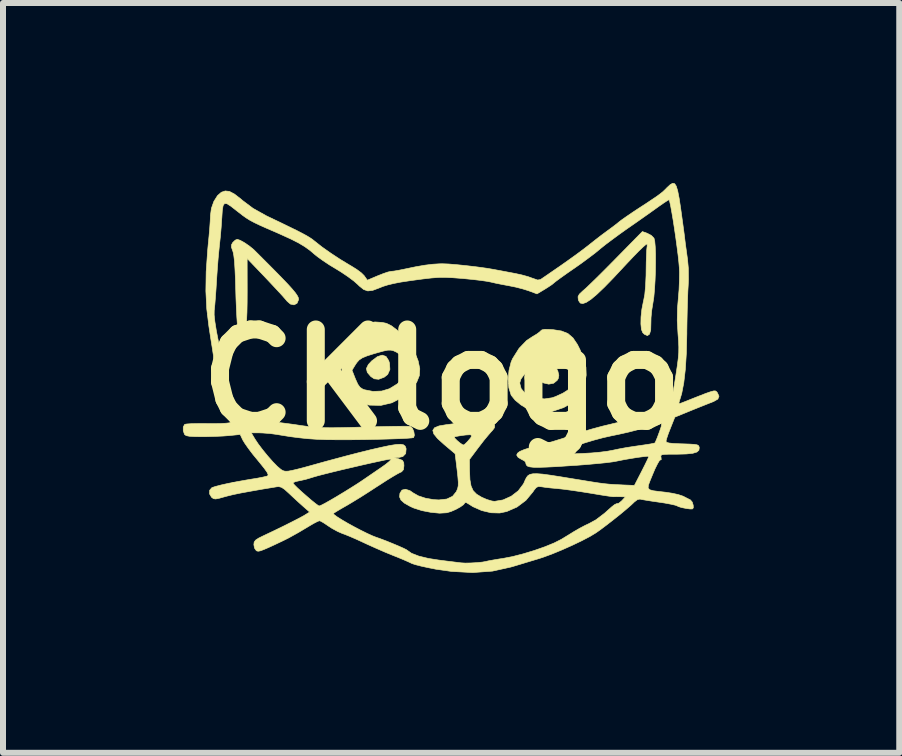
<source format=kicad_pcb>
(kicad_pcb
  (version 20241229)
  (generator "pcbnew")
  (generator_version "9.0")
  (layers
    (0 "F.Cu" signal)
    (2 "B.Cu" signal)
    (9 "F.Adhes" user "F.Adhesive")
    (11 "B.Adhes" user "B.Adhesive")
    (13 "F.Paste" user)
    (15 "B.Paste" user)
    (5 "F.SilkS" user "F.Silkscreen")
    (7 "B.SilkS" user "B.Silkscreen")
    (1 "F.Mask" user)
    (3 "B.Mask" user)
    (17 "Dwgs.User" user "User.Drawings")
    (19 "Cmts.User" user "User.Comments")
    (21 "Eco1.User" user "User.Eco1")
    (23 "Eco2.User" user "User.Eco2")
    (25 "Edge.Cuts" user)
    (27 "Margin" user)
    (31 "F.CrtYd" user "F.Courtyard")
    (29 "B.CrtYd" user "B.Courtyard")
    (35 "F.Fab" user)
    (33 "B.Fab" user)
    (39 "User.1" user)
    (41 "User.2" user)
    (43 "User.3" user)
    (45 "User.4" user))
  (footprint "CKlogo"
    (layer "F.Cu")
    (at 4.319 3.277)
    (property "Reference" "CKlogo" (at 0 0 0) (layer "F.SilkS") (effects (font (size 1.524 1.524) (thickness 0.3))))
    (attr through_hole)
    (fp_poly (pts (xy -0.934 -0.385) (xy -0.889 -0.315) (xy -0.876 -0.273) (xy -0.869 -0.168) (xy -0.906 -0.085) (xy -0.964 -0.039) (xy -1.056 -0.004) (xy -1.13 -0.012) (xy -1.187 -0.05) (xy -1.246 -0.119) (xy -1.261 -0.183) (xy -1.229 -0.249) (xy -1.173 -0.31) (xy -1.077 -0.382) (xy -0.997 -0.407) (xy -0.934 -0.385)) (stroke (width 0.01) (type solid)) (fill yes) (layer "F.SilkS"))
    (fp_poly (pts (xy 1.832 -0.261) (xy 1.894 -0.215) (xy 1.931 -0.139) (xy 1.947 -0.07) (xy 1.938 -0.018) (xy 1.919 0.014) (xy 1.86 0.062) (xy 1.779 0.077) (xy 1.692 0.057) (xy 1.657 0.037) (xy 1.607 -0.024) (xy 1.597 -0.097) (xy 1.622 -0.17) (xy 1.68 -0.231) (xy 1.75 -0.262) (xy 1.832 -0.261)) (stroke (width 0.01) (type solid)) (fill yes) (layer "F.SilkS"))
    (fp_poly (pts (xy -3.365 -2.321) (xy -3.293 -2.281) (xy -3.213 -2.226) (xy -3.139 -2.166) (xy -3.124 -2.151) (xy -2.938 -1.965) (xy -2.786 -1.812) (xy -2.664 -1.687) (xy -2.568 -1.587) (xy -2.497 -1.508) (xy -2.447 -1.448) (xy -2.415 -1.402) (xy -2.397 -1.367) (xy -2.392 -1.341) (xy -2.392 -1.33) (xy -2.418 -1.27) (xy -2.468 -1.245) (xy -2.528 -1.258) (xy -2.582 -1.305) (xy -2.615 -1.344) (xy -2.676 -1.413) (xy -2.759 -1.502) (xy -2.856 -1.606) (xy -2.939 -1.694) (xy -3.249 -2.018) (xy -3.248 -1.472) (xy -3.249 -1.285) (xy -3.252 -1.123) (xy -3.258 -0.993) (xy -3.265 -0.902) (xy -3.274 -0.857) (xy -3.311 -0.801) (xy -3.357 -0.79) (xy -3.397 -0.819) (xy -3.405 -0.853) (xy -3.413 -0.93) (xy -3.421 -1.043) (xy -3.428 -1.185) (xy -3.435 -1.349) (xy -3.438 -1.453) (xy -3.444 -1.671) (xy -3.452 -1.842) (xy -3.46 -1.972) (xy -3.471 -2.065) (xy -3.483 -2.126) (xy -3.489 -2.143) (xy -3.511 -2.206) (xy -3.509 -2.248) (xy -3.489 -2.284) (xy -3.447 -2.324) (xy -3.414 -2.337) (xy -3.365 -2.321)) (stroke (width 0.01) (type solid)) (fill yes) (layer "F.SilkS"))
    (fp_poly (pts (xy 3.423 -2.437) (xy 3.489 -2.402) (xy 3.533 -2.357) (xy 3.534 -2.355) (xy 3.546 -2.305) (xy 3.554 -2.215) (xy 3.559 -2.094) (xy 3.559 -1.952) (xy 3.557 -1.799) (xy 3.551 -1.646) (xy 3.542 -1.501) (xy 3.531 -1.375) (xy 3.516 -1.279) (xy 3.515 -1.273) (xy 3.496 -1.156) (xy 3.484 -1.033) (xy 3.482 -0.941) (xy 3.479 -0.827) (xy 3.459 -0.757) (xy 3.424 -0.732) (xy 3.374 -0.754) (xy 3.346 -0.781) (xy 3.324 -0.835) (xy 3.315 -0.926) (xy 3.317 -1.042) (xy 3.331 -1.17) (xy 3.356 -1.298) (xy 3.361 -1.319) (xy 3.38 -1.419) (xy 3.393 -1.561) (xy 3.401 -1.737) (xy 3.402 -1.825) (xy 3.404 -1.958) (xy 3.408 -2.072) (xy 3.412 -2.158) (xy 3.417 -2.207) (xy 3.419 -2.214) (xy 3.42 -2.253) (xy 3.417 -2.26) (xy 3.396 -2.249) (xy 3.347 -2.206) (xy 3.273 -2.135) (xy 3.182 -2.041) (xy 3.077 -1.93) (xy 3.035 -1.885) (xy 2.855 -1.692) (xy 2.705 -1.538) (xy 2.581 -1.42) (xy 2.481 -1.336) (xy 2.404 -1.286) (xy 2.346 -1.266) (xy 2.304 -1.275) (xy 2.278 -1.313) (xy 2.271 -1.336) (xy 2.267 -1.381) (xy 2.289 -1.423) (xy 2.344 -1.475) (xy 2.352 -1.482) (xy 2.398 -1.522) (xy 2.472 -1.593) (xy 2.57 -1.688) (xy 2.684 -1.801) (xy 2.808 -1.926) (xy 2.895 -2.014) (xy 3.34 -2.467) (xy 3.423 -2.437)) (stroke (width 0.01) (type solid)) (fill yes) (layer "F.SilkS"))
    (fp_poly (pts (xy -0.998 -0.952) (xy -0.927 -0.937) (xy -0.847 -0.898) (xy -0.752 -0.827) (xy -0.654 -0.734) (xy -0.563 -0.63) (xy -0.49 -0.527) (xy -0.46 -0.469) (xy -0.398 -0.31) (xy -0.371 -0.179) (xy -0.378 -0.066) (xy -0.421 0.041) (xy -0.502 0.151) (xy -0.521 0.173) (xy -0.668 0.301) (xy -0.837 0.388) (xy -1.019 0.431) (xy -1.207 0.427) (xy -1.258 0.418) (xy -1.382 0.384) (xy -1.47 0.34) (xy -1.535 0.275) (xy -1.587 0.18) (xy -1.626 0.079) (xy -1.666 -0.092) (xy -1.669 -0.155) (xy -1.501 -0.155) (xy -1.443 -0.008) (xy -1.404 0.078) (xy -1.368 0.129) (xy -1.323 0.159) (xy -1.295 0.17) (xy -1.152 0.198) (xy -1.005 0.192) (xy -0.876 0.153) (xy -0.745 0.072) (xy -0.651 -0.023) (xy -0.598 -0.125) (xy -0.585 -0.228) (xy -0.615 -0.325) (xy -0.688 -0.41) (xy -0.759 -0.456) (xy -0.808 -0.479) (xy -0.852 -0.49) (xy -0.903 -0.49) (xy -0.972 -0.476) (xy -1.071 -0.449) (xy -1.137 -0.43) (xy -1.251 -0.394) (xy -1.328 -0.362) (xy -1.381 -0.327) (xy -1.421 -0.282) (xy -1.447 -0.243) (xy -1.501 -0.155) (xy -1.669 -0.155) (xy -1.673 -0.263) (xy -1.648 -0.424) (xy -1.593 -0.566) (xy -1.511 -0.681) (xy -1.435 -0.74) (xy -1.376 -0.788) (xy -1.338 -0.843) (xy -1.336 -0.851) (xy -1.297 -0.907) (xy -1.221 -0.944) (xy -1.118 -0.96) (xy -0.998 -0.952)) (stroke (width 0.01) (type solid)) (fill yes) (layer "F.SilkS"))
    (fp_poly (pts (xy 1.791 -0.835) (xy 1.853 -0.831) (xy 1.992 -0.809) (xy 2.098 -0.767) (xy 2.183 -0.694) (xy 2.257 -0.584) (xy 2.3 -0.498) (xy 2.365 -0.339) (xy 2.399 -0.202) (xy 2.403 -0.072) (xy 2.381 0.068) (xy 2.372 0.105) (xy 2.344 0.202) (xy 2.317 0.266) (xy 2.279 0.312) (xy 2.221 0.357) (xy 2.216 0.36) (xy 2.026 0.468) (xy 1.838 0.531) (xy 1.657 0.548) (xy 1.537 0.531) (xy 1.426 0.49) (xy 1.315 0.423) (xy 1.219 0.344) (xy 1.154 0.263) (xy 1.15 0.254) (xy 1.114 0.139) (xy 1.108 0.065) (xy 1.296 0.065) (xy 1.319 0.152) (xy 1.381 0.224) (xy 1.473 0.279) (xy 1.586 0.313) (xy 1.71 0.323) (xy 1.835 0.304) (xy 1.892 0.284) (xy 2.014 0.228) (xy 2.095 0.177) (xy 2.146 0.123) (xy 2.176 0.057) (xy 2.182 0.035) (xy 2.205 -0.067) (xy 2.207 -0.137) (xy 2.181 -0.187) (xy 2.121 -0.23) (xy 2.031 -0.276) (xy 1.901 -0.329) (xy 1.794 -0.347) (xy 1.696 -0.328) (xy 1.595 -0.271) (xy 1.563 -0.247) (xy 1.444 -0.151) (xy 1.363 -0.074) (xy 1.316 -0.009) (xy 1.297 0.05) (xy 1.296 0.065) (xy 1.108 0.065) (xy 1.103 -0.003) (xy 1.116 -0.151) (xy 1.151 -0.29) (xy 1.176 -0.348) (xy 1.285 -0.521) (xy 1.409 -0.65) (xy 1.509 -0.716) (xy 1.578 -0.757) (xy 1.63 -0.796) (xy 1.641 -0.808) (xy 1.666 -0.828) (xy 1.713 -0.837) (xy 1.791 -0.835)) (stroke (width 0.01) (type solid)) (fill yes) (layer "F.SilkS"))
    (fp_poly (pts (xy 3.878 -3.265) (xy 3.905 -3.223) (xy 3.929 -3.143) (xy 3.953 -3.02) (xy 3.978 -2.855) (xy 3.998 -2.71) (xy 4.017 -2.572) (xy 4.033 -2.454) (xy 4.044 -2.369) (xy 4.046 -2.349) (xy 4.057 -2.26) (xy 4.073 -2.144) (xy 4.089 -2.027) (xy 4.091 -2.019) (xy 4.106 -1.855) (xy 4.108 -1.672) (xy 4.104 -1.575) (xy 4.098 -1.475) (xy 4.093 -1.337) (xy 4.088 -1.172) (xy 4.084 -0.991) (xy 4.081 -0.807) (xy 4.081 -0.762) (xy 4.073 -0.442) (xy 4.056 -0.171) (xy 4.03 0.054) (xy 3.995 0.235) (xy 3.96 0.349) (xy 3.948 0.394) (xy 3.962 0.402) (xy 3.968 0.4) (xy 4.004 0.386) (xy 4.076 0.358) (xy 4.173 0.319) (xy 4.277 0.278) (xy 4.395 0.232) (xy 4.476 0.204) (xy 4.527 0.19) (xy 4.557 0.19) (xy 4.577 0.203) (xy 4.589 0.218) (xy 4.617 0.278) (xy 4.598 0.326) (xy 4.53 0.365) (xy 4.521 0.369) (xy 4.462 0.392) (xy 4.369 0.429) (xy 4.256 0.474) (xy 4.157 0.514) (xy 3.881 0.627) (xy 3.808 0.81) (xy 3.772 0.902) (xy 3.746 0.979) (xy 3.734 1.025) (xy 3.734 1.03) (xy 3.745 1.046) (xy 3.783 1.058) (xy 3.855 1.066) (xy 3.969 1.071) (xy 4.007 1.072) (xy 4.127 1.076) (xy 4.206 1.081) (xy 4.253 1.089) (xy 4.277 1.103) (xy 4.286 1.125) (xy 4.288 1.137) (xy 4.282 1.179) (xy 4.248 1.209) (xy 4.179 1.23) (xy 4.071 1.241) (xy 3.918 1.245) (xy 3.9 1.245) (xy 3.782 1.245) (xy 3.707 1.248) (xy 3.665 1.254) (xy 3.649 1.267) (xy 3.648 1.287) (xy 3.651 1.299) (xy 3.654 1.337) (xy 3.641 1.339) (xy 3.622 1.354) (xy 3.59 1.409) (xy 3.549 1.492) (xy 3.513 1.577) (xy 3.468 1.686) (xy 3.44 1.761) (xy 3.436 1.808) (xy 3.461 1.837) (xy 3.521 1.854) (xy 3.621 1.867) (xy 3.729 1.879) (xy 3.839 1.896) (xy 3.939 1.918) (xy 4.011 1.942) (xy 4.021 1.946) (xy 4.087 1.98) (xy 4.137 2.005) (xy 4.14 2.006) (xy 4.171 2.043) (xy 4.187 2.095) (xy 4.189 2.138) (xy 4.176 2.157) (xy 4.135 2.158) (xy 4.075 2.15) (xy 3.997 2.135) (xy 3.939 2.117) (xy 3.925 2.109) (xy 3.889 2.095) (xy 3.814 2.078) (xy 3.712 2.059) (xy 3.618 2.045) (xy 3.501 2.028) (xy 3.401 2.012) (xy 3.329 2) (xy 3.3 1.993) (xy 3.257 2.002) (xy 3.203 2.043) (xy 3.199 2.048) (xy 3.148 2.096) (xy 3.066 2.167) (xy 2.965 2.251) (xy 2.853 2.34) (xy 2.741 2.427) (xy 2.64 2.503) (xy 2.565 2.556) (xy 2.464 2.617) (xy 2.328 2.688) (xy 2.169 2.764) (xy 2.001 2.839) (xy 1.836 2.907) (xy 1.687 2.962) (xy 1.613 2.986) (xy 1.477 3.027) (xy 1.322 3.074) (xy 1.175 3.118) (xy 1.143 3.127) (xy 0.84 3.194) (xy 0.511 3.218) (xy 0.158 3.199) (xy -0.102 3.162) (xy -0.233 3.136) (xy -0.351 3.11) (xy -0.445 3.086) (xy -0.502 3.067) (xy -0.508 3.064) (xy -0.559 3.04) (xy -0.643 3.003) (xy -0.747 2.96) (xy -0.813 2.934) (xy -0.947 2.879) (xy -1.101 2.812) (xy -1.25 2.745) (xy -1.308 2.718) (xy -1.423 2.665) (xy -1.533 2.617) (xy -1.622 2.581) (xy -1.664 2.566) (xy -1.742 2.532) (xy -1.835 2.481) (xy -1.892 2.444) (xy -1.963 2.396) (xy -2.019 2.363) (xy -2.044 2.354) (xy -2.078 2.367) (xy -2.14 2.399) (xy -2.203 2.436) (xy -2.394 2.55) (xy -2.558 2.641) (xy -2.642 2.683) (xy -2.789 2.753) (xy -2.898 2.803) (xy -2.975 2.836) (xy -3.027 2.855) (xy -3.06 2.862) (xy -3.083 2.859) (xy -3.097 2.852) (xy -3.126 2.81) (xy -3.137 2.753) (xy -3.132 2.711) (xy -3.109 2.678) (xy -3.058 2.644) (xy -2.985 2.608) (xy -2.806 2.523) (xy -2.641 2.443) (xy -2.498 2.371) (xy -2.383 2.312) (xy -2.304 2.269) (xy -2.291 2.261) (xy -2.207 2.209) (xy -2.317 2.113) (xy -2.396 2.042) (xy -2.488 1.957) (xy -2.553 1.896) (xy -2.626 1.83) (xy -2.678 1.796) (xy -2.723 1.785) (xy -2.756 1.788) (xy -2.999 1.828) (xy -3.197 1.863) (xy -3.356 1.892) (xy -3.481 1.918) (xy -3.579 1.942) (xy -3.631 1.956) (xy -3.72 1.981) (xy -3.774 1.991) (xy -3.809 1.986) (xy -3.837 1.967) (xy -3.842 1.963) (xy -3.876 1.906) (xy -3.874 1.846) (xy -3.837 1.803) (xy -3.835 1.802) (xy -3.779 1.783) (xy -3.683 1.758) (xy -3.558 1.73) (xy -3.541 1.727) (xy -2.484 1.727) (xy -2.461 1.756) (xy -2.409 1.808) (xy -2.338 1.873) (xy -2.258 1.943) (xy -2.179 2.011) (xy -2.111 2.066) (xy -2.063 2.101) (xy -2.048 2.108) (xy -2.015 2.096) (xy -1.949 2.062) (xy -1.859 2.011) (xy -1.753 1.949) (xy -1.745 1.944) (xy -1.626 1.872) (xy -1.51 1.8) (xy -1.412 1.738) (xy -1.35 1.697) (xy -1.272 1.644) (xy -1.17 1.574) (xy -1.062 1.5) (xy -1.022 1.473) (xy -0.939 1.414) (xy -0.879 1.365) (xy -0.849 1.334) (xy -0.851 1.326) (xy -0.884 1.329) (xy -0.959 1.343) (xy -1.066 1.366) (xy -1.199 1.395) (xy -1.349 1.429) (xy -1.507 1.466) (xy -1.666 1.503) (xy -1.818 1.54) (xy -1.954 1.574) (xy -2.067 1.603) (xy -2.147 1.626) (xy -2.175 1.635) (xy -2.269 1.663) (xy -2.369 1.686) (xy -2.383 1.688) (xy -2.447 1.703) (xy -2.482 1.72) (xy -2.484 1.727) (xy -3.541 1.727) (xy -3.414 1.702) (xy -3.262 1.675) (xy -3.191 1.663) (xy -3.08 1.645) (xy -2.987 1.627) (xy -2.924 1.612) (xy -2.905 1.605) (xy -2.899 1.586) (xy -2.918 1.544) (xy -2.966 1.477) (xy -3.045 1.379) (xy -3.072 1.346) (xy -3.156 1.244) (xy -3.23 1.146) (xy -3.288 1.063) (xy -3.32 1.011) (xy -3.365 0.916) (xy -3.543 0.934) (xy -3.648 0.942) (xy -3.782 0.948) (xy -3.924 0.952) (xy -3.995 0.953) (xy -4.124 0.951) (xy -4.21 0.946) (xy -4.262 0.936) (xy -4.289 0.919) (xy -4.293 0.914) (xy -4.314 0.854) (xy -4.314 0.791) (xy -4.291 0.749) (xy -4.289 0.747) (xy -4.254 0.741) (xy -4.179 0.736) (xy -4.074 0.734) (xy -3.951 0.734) (xy -3.936 0.734) (xy -3.807 0.735) (xy -3.69 0.733) (xy -3.6 0.728) (xy -3.547 0.722) (xy -3.545 0.722) (xy -3.508 0.707) (xy -3.492 0.681) (xy -3.499 0.637) (xy -3.531 0.568) (xy -3.589 0.465) (xy -3.611 0.428) (xy -3.649 0.36) (xy -3.679 0.298) (xy -3.702 0.232) (xy -3.723 0.15) (xy -3.743 0.042) (xy -3.766 -0.103) (xy -3.772 -0.143) (xy -3.799 -0.318) (xy -3.828 -0.51) (xy -3.858 -0.699) (xy -3.883 -0.863) (xy -3.887 -0.889) (xy -3.91 -1.078) (xy -3.799 -1.078) (xy -3.787 -0.966) (xy -3.762 -0.81) (xy -3.723 -0.61) (xy -3.721 -0.596) (xy -3.69 -0.442) (xy -3.662 -0.297) (xy -3.639 -0.171) (xy -3.624 -0.076) (xy -3.618 -0.029) (xy -3.598 0.062) (xy -3.56 0.167) (xy -3.531 0.229) (xy -3.476 0.33) (xy -3.415 0.447) (xy -3.373 0.527) (xy -3.291 0.686) (xy -3.092 0.686) (xy -2.997 0.69) (xy -2.866 0.701) (xy -2.713 0.717) (xy -2.552 0.738) (xy -2.469 0.749) (xy -2.344 0.768) (xy -2.238 0.782) (xy -2.142 0.793) (xy -2.049 0.799) (xy -1.948 0.803) (xy -1.831 0.804) (xy -1.689 0.802) (xy -1.514 0.798) (xy -1.308 0.792) (xy -1.118 0.787) (xy -0.943 0.783) (xy -0.79 0.78) (xy -0.666 0.779) (xy -0.578 0.779) (xy -0.532 0.781) (xy -0.529 0.781) (xy -0.494 0.812) (xy -0.47 0.869) (xy -0.461 0.929) (xy -0.474 0.967) (xy -0.504 0.973) (xy -0.578 0.979) (xy -0.691 0.985) (xy -0.835 0.99) (xy -1.005 0.995) (xy -1.194 0.999) (xy -1.283 1.001) (xy -1.538 1.004) (xy -1.752 1.004) (xy -1.934 1.002) (xy -2.093 0.996) (xy -2.239 0.986) (xy -2.381 0.971) (xy -2.529 0.952) (xy -2.691 0.926) (xy -2.756 0.915) (xy -2.868 0.9) (xy -2.987 0.891) (xy -3.044 0.889) (xy -3.18 0.889) (xy -3.12 0.99) (xy -3.064 1.074) (xy -2.989 1.173) (xy -2.905 1.276) (xy -2.821 1.371) (xy -2.746 1.448) (xy -2.689 1.496) (xy -2.684 1.5) (xy -2.659 1.515) (xy -2.634 1.525) (xy -2.604 1.529) (xy -2.563 1.527) (xy -2.504 1.516) (xy -2.421 1.497) (xy -2.308 1.468) (xy -2.16 1.427) (xy -1.97 1.374) (xy -1.93 1.363) (xy -1.759 1.317) (xy -1.576 1.268) (xy -1.398 1.222) (xy -1.244 1.184) (xy -1.193 1.171) (xy -1.009 1.129) (xy -0.867 1.099) (xy -0.763 1.083) (xy -0.69 1.079) (xy -0.643 1.088) (xy -0.615 1.11) (xy -0.601 1.144) (xy -0.599 1.158) (xy -0.606 1.235) (xy -0.654 1.284) (xy -0.718 1.298) (xy -0.8 1.3) (xy -0.718 1.324) (xy -0.661 1.347) (xy -0.639 1.384) (xy -0.635 1.436) (xy -0.643 1.502) (xy -0.674 1.538) (xy -0.701 1.55) (xy -0.745 1.573) (xy -0.822 1.618) (xy -0.923 1.68) (xy -1.037 1.754) (xy -1.089 1.787) (xy -1.221 1.873) (xy -1.356 1.959) (xy -1.482 2.036) (xy -1.582 2.096) (xy -1.6 2.106) (xy -1.689 2.157) (xy -1.761 2.2) (xy -1.805 2.228) (xy -1.811 2.234) (xy -1.799 2.252) (xy -1.749 2.289) (xy -1.671 2.338) (xy -1.574 2.395) (xy -1.465 2.455) (xy -1.354 2.513) (xy -1.249 2.565) (xy -1.159 2.606) (xy -1.105 2.627) (xy -1.026 2.655) (xy -0.928 2.692) (xy -0.825 2.734) (xy -0.727 2.775) (xy -0.646 2.811) (xy -0.595 2.836) (xy -0.584 2.844) (xy -0.508 2.897) (xy -0.386 2.944) (xy -0.225 2.983) (xy -0.058 3.009) (xy 0.067 3.025) (xy 0.181 3.039) (xy 0.27 3.05) (xy 0.318 3.056) (xy 0.387 3.06) (xy 0.483 3.058) (xy 0.585 3.052) (xy 0.675 3.043) (xy 0.735 3.032) (xy 0.737 3.031) (xy 0.777 3.022) (xy 0.855 3.008) (xy 0.956 2.991) (xy 1.012 2.983) (xy 1.173 2.952) (xy 1.352 2.906) (xy 1.537 2.85) (xy 1.714 2.788) (xy 1.868 2.725) (xy 1.987 2.665) (xy 1.994 2.661) (xy 2.041 2.632) (xy 2.115 2.587) (xy 2.197 2.536) (xy 2.292 2.481) (xy 2.385 2.432) (xy 2.449 2.402) (xy 2.566 2.338) (xy 2.708 2.23) (xy 2.828 2.123) (xy 2.878 2.084) (xy 2.914 2.068) (xy 2.919 2.069) (xy 2.948 2.061) (xy 2.992 2.025) (xy 2.998 2.019) (xy 3.057 1.956) (xy 2.97 1.953) (xy 2.905 1.952) (xy 2.863 1.953) (xy 2.861 1.954) (xy 2.83 1.951) (xy 2.758 1.941) (xy 2.654 1.925) (xy 2.529 1.904) (xy 2.468 1.894) (xy 2.318 1.87) (xy 2.17 1.848) (xy 2.038 1.83) (xy 1.937 1.819) (xy 1.919 1.817) (xy 1.816 1.808) (xy 1.721 1.797) (xy 1.661 1.788) (xy 1.607 1.783) (xy 1.57 1.8) (xy 1.532 1.847) (xy 1.515 1.873) (xy 1.398 2.014) (xy 1.249 2.126) (xy 1.079 2.2) (xy 0.961 2.225) (xy 0.817 2.221) (xy 0.661 2.184) (xy 0.514 2.119) (xy 0.458 2.083) (xy 0.409 2.054) (xy 0.382 2.051) (xy 0.381 2.055) (xy 0.359 2.085) (xy 0.304 2.124) (xy 0.23 2.165) (xy 0.149 2.2) (xy 0.078 2.221) (xy 0.076 2.221) (xy -0.042 2.228) (xy -0.186 2.214) (xy -0.336 2.185) (xy -0.471 2.142) (xy -0.529 2.116) (xy -0.628 2.06) (xy -0.685 2.009) (xy -0.708 1.957) (xy -0.702 1.896) (xy -0.668 1.843) (xy -0.61 1.829) (xy -0.536 1.852) (xy -0.481 1.89) (xy -0.395 1.939) (xy -0.277 1.978) (xy -0.142 2.002) (xy -0.053 2.007) (xy 0.08 1.992) (xy 0.176 1.946) (xy 0.239 1.868) (xy 0.241 1.863) (xy 0.26 1.818) (xy 0.27 1.771) (xy 0.271 1.71) (xy 0.264 1.623) (xy 0.251 1.505) (xy 0.218 1.237) (xy 0.034 1.082) (xy -0.074 0.984) (xy -0.095 0.958) (xy 0.203 0.958) (xy 0.213 0.978) (xy 0.249 1.015) (xy 0.296 1.055) (xy 0.338 1.084) (xy 0.358 1.092) (xy 0.383 1.075) (xy 0.424 1.035) (xy 0.479 0.97) (xy 0.496 0.933) (xy 0.47 0.92) (xy 0.399 0.924) (xy 0.365 0.928) (xy 0.283 0.94) (xy 0.224 0.951) (xy 0.203 0.958) (xy -0.095 0.958) (xy -0.137 0.907) (xy -0.154 0.848) (xy -0.125 0.804) (xy -0.049 0.773) (xy 0.075 0.752) (xy 0.089 0.751) (xy 0.198 0.736) (xy 0.326 0.716) (xy 0.419 0.698) (xy 0.529 0.679) (xy 0.637 0.663) (xy 0.71 0.655) (xy 0.783 0.654) (xy 0.824 0.668) (xy 0.852 0.706) (xy 0.859 0.72) (xy 0.878 0.768) (xy 0.873 0.805) (xy 0.839 0.85) (xy 0.818 0.872) (xy 0.768 0.93) (xy 0.699 1.013) (xy 0.626 1.108) (xy 0.599 1.143) (xy 0.457 1.333) (xy 0.459 1.524) (xy 0.465 1.67) (xy 0.484 1.776) (xy 0.519 1.853) (xy 0.577 1.912) (xy 0.66 1.962) (xy 0.748 2) (xy 0.831 2.025) (xy 0.875 2.031) (xy 1.017 2.007) (xy 1.154 1.945) (xy 1.271 1.855) (xy 1.355 1.743) (xy 1.367 1.72) (xy 1.388 1.671) (xy 1.409 1.631) (xy 1.433 1.601) (xy 1.467 1.581) (xy 1.516 1.571) (xy 1.584 1.57) (xy 1.678 1.577) (xy 1.802 1.594) (xy 1.963 1.619) (xy 2.164 1.652) (xy 2.324 1.678) (xy 2.483 1.704) (xy 2.605 1.723) (xy 2.703 1.736) (xy 2.792 1.745) (xy 2.884 1.751) (xy 2.993 1.756) (xy 3.007 1.757) (xy 3.207 1.765) (xy 3.33 1.526) (xy 3.38 1.427) (xy 3.419 1.347) (xy 3.443 1.295) (xy 3.447 1.28) (xy 3.419 1.279) (xy 3.353 1.286) (xy 3.261 1.298) (xy 3.156 1.315) (xy 3.049 1.333) (xy 2.952 1.352) (xy 2.908 1.361) (xy 2.84 1.373) (xy 2.73 1.387) (xy 2.588 1.401) (xy 2.422 1.416) (xy 2.242 1.43) (xy 2.115 1.438) (xy 1.905 1.452) (xy 1.74 1.46) (xy 1.615 1.464) (xy 1.524 1.463) (xy 1.462 1.456) (xy 1.424 1.443) (xy 1.405 1.424) (xy 1.397 1.399) (xy 1.397 1.387) (xy 1.376 1.358) (xy 1.324 1.33) (xy 1.321 1.329) (xy 1.268 1.297) (xy 1.25 1.268) (xy 1.714 1.268) (xy 1.867 1.257) (xy 1.953 1.251) (xy 2.074 1.245) (xy 2.212 1.238) (xy 2.349 1.232) (xy 2.493 1.224) (xy 2.635 1.211) (xy 2.759 1.195) (xy 2.845 1.179) (xy 2.945 1.158) (xy 3.074 1.134) (xy 3.211 1.113) (xy 3.274 1.104) (xy 3.384 1.088) (xy 3.474 1.074) (xy 3.532 1.062) (xy 3.549 1.057) (xy 3.563 1.028) (xy 3.589 0.966) (xy 3.62 0.882) (xy 3.622 0.878) (xy 3.653 0.787) (xy 3.661 0.734) (xy 3.641 0.716) (xy 3.587 0.726) (xy 3.491 0.76) (xy 3.48 0.765) (xy 3.366 0.805) (xy 3.247 0.841) (xy 3.11 0.876) (xy 2.942 0.914) (xy 2.829 0.937) (xy 2.686 0.969) (xy 2.529 1.011) (xy 2.386 1.054) (xy 2.347 1.067) (xy 2.215 1.112) (xy 2.069 1.159) (xy 1.939 1.2) (xy 1.918 1.207) (xy 1.714 1.268) (xy 1.25 1.268) (xy 1.245 1.26) (xy 1.245 1.258) (xy 1.257 1.229) (xy 1.296 1.199) (xy 1.369 1.168) (xy 1.48 1.132) (xy 1.634 1.091) (xy 1.678 1.08) (xy 1.824 1.04) (xy 1.99 0.989) (xy 2.148 0.937) (xy 2.21 0.915) (xy 2.341 0.871) (xy 2.502 0.824) (xy 2.672 0.778) (xy 2.831 0.74) (xy 2.832 0.739) (xy 2.992 0.702) (xy 3.164 0.659) (xy 3.328 0.615) (xy 3.462 0.576) (xy 3.578 0.539) (xy 3.666 0.505) (xy 3.732 0.465) (xy 3.78 0.412) (xy 3.816 0.339) (xy 3.844 0.239) (xy 3.87 0.102) (xy 3.897 -0.065) (xy 3.921 -0.223) (xy 3.937 -0.346) (xy 3.946 -0.447) (xy 3.947 -0.542) (xy 3.943 -0.643) (xy 3.934 -0.757) (xy 3.921 -0.979) (xy 3.925 -1.187) (xy 3.939 -1.351) (xy 3.951 -1.496) (xy 3.957 -1.648) (xy 3.959 -1.786) (xy 3.956 -1.859) (xy 3.948 -1.953) (xy 3.935 -2.073) (xy 3.917 -2.212) (xy 3.897 -2.36) (xy 3.875 -2.511) (xy 3.853 -2.655) (xy 3.831 -2.784) (xy 3.812 -2.889) (xy 3.796 -2.963) (xy 3.786 -2.996) (xy 3.784 -2.997) (xy 3.757 -2.983) (xy 3.7 -2.946) (xy 3.622 -2.892) (xy 3.583 -2.864) (xy 3.491 -2.798) (xy 3.372 -2.714) (xy 3.24 -2.621) (xy 3.109 -2.53) (xy 3.087 -2.515) (xy 2.962 -2.426) (xy 2.837 -2.334) (xy 2.725 -2.25) (xy 2.64 -2.182) (xy 2.626 -2.17) (xy 2.547 -2.105) (xy 2.438 -2.023) (xy 2.316 -1.933) (xy 2.192 -1.846) (xy 2.184 -1.841) (xy 2.076 -1.766) (xy 1.982 -1.699) (xy 1.911 -1.647) (xy 1.871 -1.616) (xy 1.867 -1.612) (xy 1.832 -1.583) (xy 1.769 -1.541) (xy 1.712 -1.505) (xy 1.583 -1.428) (xy 1.446 -1.479) (xy 1.348 -1.51) (xy 1.227 -1.541) (xy 1.118 -1.563) (xy 1.005 -1.584) (xy 0.895 -1.606) (xy 0.813 -1.625) (xy 0.745 -1.638) (xy 0.64 -1.653) (xy 0.51 -1.668) (xy 0.37 -1.682) (xy 0.339 -1.685) (xy 0.18 -1.697) (xy 0.053 -1.703) (xy -0.06 -1.702) (xy -0.177 -1.693) (xy -0.316 -1.677) (xy -0.346 -1.673) (xy -0.538 -1.647) (xy -0.689 -1.624) (xy -0.807 -1.601) (xy -0.902 -1.578) (xy -0.983 -1.553) (xy -1.05 -1.526) (xy -1.157 -1.486) (xy -1.238 -1.477) (xy -1.307 -1.501) (xy -1.38 -1.56) (xy -1.404 -1.584) (xy -1.471 -1.643) (xy -1.569 -1.716) (xy -1.682 -1.792) (xy -1.765 -1.843) (xy -1.879 -1.912) (xy -1.987 -1.984) (xy -2.076 -2.048) (xy -2.121 -2.084) (xy -2.202 -2.153) (xy -2.288 -2.215) (xy -2.388 -2.275) (xy -2.513 -2.339) (xy -2.671 -2.411) (xy -2.76 -2.451) (xy -2.918 -2.519) (xy -3.039 -2.573) (xy -3.131 -2.617) (xy -3.204 -2.656) (xy -3.266 -2.695) (xy -3.328 -2.739) (xy -3.397 -2.793) (xy -3.433 -2.821) (xy -3.524 -2.892) (xy -3.586 -2.931) (xy -3.626 -2.934) (xy -3.65 -2.899) (xy -3.663 -2.82) (xy -3.671 -2.695) (xy -3.673 -2.673) (xy -3.682 -2.537) (xy -3.695 -2.387) (xy -3.709 -2.255) (xy -3.71 -2.248) (xy -3.72 -2.147) (xy -3.733 -2.012) (xy -3.745 -1.857) (xy -3.756 -1.698) (xy -3.759 -1.651) (xy -3.768 -1.505) (xy -3.778 -1.369) (xy -3.787 -1.254) (xy -3.795 -1.173) (xy -3.798 -1.151) (xy -3.799 -1.078) (xy -3.91 -1.078) (xy -3.922 -1.176) (xy -3.937 -1.475) (xy -3.932 -1.798) (xy -3.907 -2.155) (xy -3.899 -2.243) (xy -3.885 -2.385) (xy -3.873 -2.522) (xy -3.865 -2.638) (xy -3.861 -2.721) (xy -3.861 -2.733) (xy -3.845 -2.853) (xy -3.804 -2.969) (xy -3.743 -3.066) (xy -3.679 -3.122) (xy -3.614 -3.144) (xy -3.544 -3.136) (xy -3.462 -3.093) (xy -3.359 -3.014) (xy -3.323 -2.983) (xy -3.15 -2.853) (xy -2.928 -2.729) (xy -2.897 -2.714) (xy -2.7 -2.62) (xy -2.544 -2.544) (xy -2.421 -2.484) (xy -2.328 -2.436) (xy -2.258 -2.398) (xy -2.205 -2.366) (xy -2.163 -2.338) (xy -2.128 -2.31) (xy -2.119 -2.303) (xy -2.003 -2.211) (xy -1.857 -2.108) (xy -1.699 -2.004) (xy -1.544 -1.91) (xy -1.513 -1.892) (xy -1.423 -1.836) (xy -1.345 -1.778) (xy -1.296 -1.729) (xy -1.296 -1.728) (xy -1.245 -1.656) (xy -1.073 -1.729) (xy -0.982 -1.765) (xy -0.903 -1.792) (xy -0.853 -1.803) (xy -0.851 -1.803) (xy -0.8 -1.808) (xy -0.719 -1.822) (xy -0.635 -1.839) (xy -0.443 -1.879) (xy -0.288 -1.906) (xy -0.159 -1.922) (xy -0.045 -1.929) (xy 0.002 -1.93) (xy 0.11 -1.926) (xy 0.253 -1.914) (xy 0.417 -1.897) (xy 0.586 -1.877) (xy 0.746 -1.855) (xy 0.881 -1.832) (xy 0.889 -1.83) (xy 0.987 -1.812) (xy 1.108 -1.789) (xy 1.224 -1.767) (xy 1.333 -1.743) (xy 1.435 -1.715) (xy 1.509 -1.688) (xy 1.513 -1.687) (xy 1.593 -1.659) (xy 1.64 -1.666) (xy 1.672 -1.688) (xy 1.738 -1.733) (xy 1.828 -1.795) (xy 1.934 -1.868) (xy 1.969 -1.892) (xy 2.098 -1.983) (xy 2.232 -2.079) (xy 2.356 -2.171) (xy 2.453 -2.246) (xy 2.455 -2.248) (xy 2.555 -2.327) (xy 2.656 -2.405) (xy 2.741 -2.468) (xy 2.764 -2.485) (xy 2.843 -2.543) (xy 2.915 -2.598) (xy 2.946 -2.624) (xy 2.993 -2.66) (xy 3.071 -2.715) (xy 3.169 -2.782) (xy 3.264 -2.845) (xy 3.403 -2.935) (xy 3.506 -3.004) (xy 3.582 -3.055) (xy 3.637 -3.096) (xy 3.68 -3.13) (xy 3.716 -3.164) (xy 3.751 -3.2) (xy 3.804 -3.249) (xy 3.845 -3.272) (xy 3.878 -3.265)) (stroke (width 0.01) (type solid)) (fill yes) (layer "F.SilkS")))
  (gr_rect
    (start -3 -3)
    (end 11.941 9.5)
    (stroke (width 0.1) (type default))
    (fill no)
    (layer "Edge.Cuts")))
</source>
